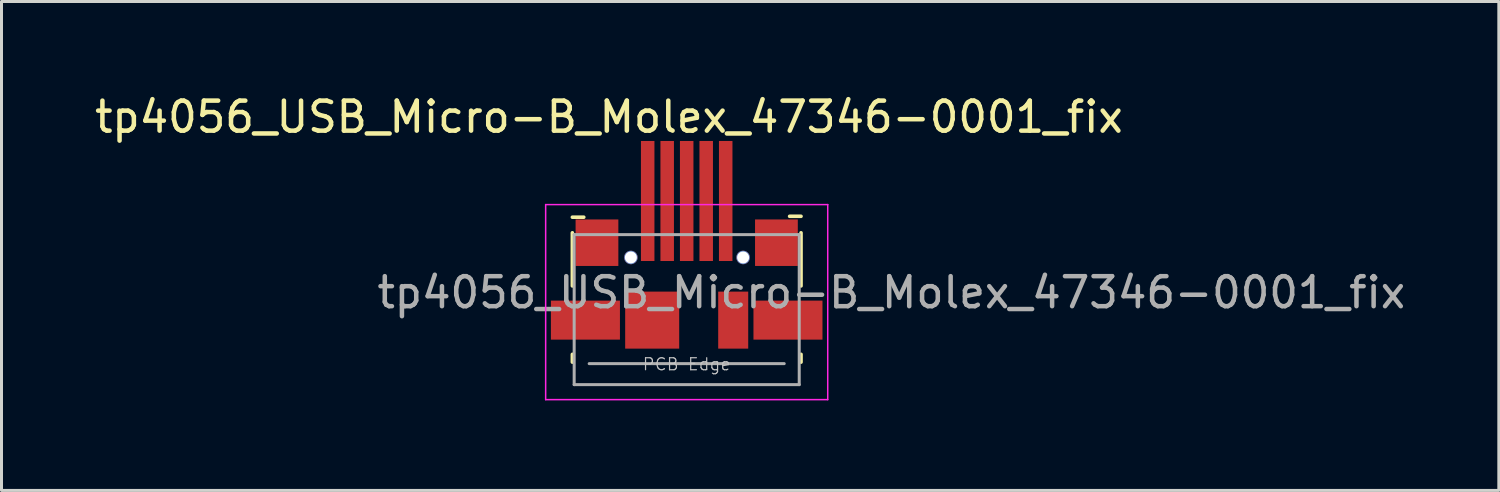
<source format=kicad_pcb>
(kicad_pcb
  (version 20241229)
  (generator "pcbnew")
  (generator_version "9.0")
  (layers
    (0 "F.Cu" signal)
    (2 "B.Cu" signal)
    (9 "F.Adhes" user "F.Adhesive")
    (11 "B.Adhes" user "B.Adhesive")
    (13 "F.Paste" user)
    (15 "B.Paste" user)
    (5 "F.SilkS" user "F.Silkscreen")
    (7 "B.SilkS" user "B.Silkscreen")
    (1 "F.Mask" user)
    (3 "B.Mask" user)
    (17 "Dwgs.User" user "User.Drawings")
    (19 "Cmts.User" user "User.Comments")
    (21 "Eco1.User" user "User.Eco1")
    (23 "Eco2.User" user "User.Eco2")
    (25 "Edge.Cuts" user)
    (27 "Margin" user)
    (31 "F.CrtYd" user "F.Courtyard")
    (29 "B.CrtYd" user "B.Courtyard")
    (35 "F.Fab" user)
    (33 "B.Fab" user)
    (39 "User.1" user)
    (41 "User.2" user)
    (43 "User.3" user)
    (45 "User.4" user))
  (footprint "tp4056_USB_Micro-B_Molex_47346-0001_fix"
    (layer "F.Cu")
    (at 19.834 6.418)
    (property "Reference" "tp4056_USB_Micro-B_Molex_47346-0001_fix" (at -2.59 -5.57 180) (layer "F.SilkS") (effects (font (size 1 1) (thickness 0.15))))
    (attr smd)
    (fp_line (start -3.81 -2.23) (end -3.43 -2.23) (stroke (width 0.12) (type solid)) (layer "F.SilkS"))
    (fp_line (start -3.81 0.06) (end -3.81 -1.71) (stroke (width 0.12) (type solid)) (layer "F.SilkS"))
    (fp_line (start -3.81 2.6) (end -3.81 2.34) (stroke (width 0.12) (type solid)) (layer "F.SilkS"))
    (fp_line (start 3.81 -2.26) (end 3.43 -2.26) (stroke (width 0.12) (type solid)) (layer "F.SilkS"))
    (fp_line (start 3.81 -1.71) (end 3.81 0.06) (stroke (width 0.12) (type solid)) (layer "F.SilkS"))
    (fp_line (start 3.81 2.34) (end 3.81 2.6) (stroke (width 0.12) (type solid)) (layer "F.SilkS"))
    (fp_line (start -4.7 -2.65) (end 4.7 -2.65) (stroke (width 0.05) (type solid)) (layer "F.CrtYd"))
    (fp_line (start -4.7 3.85) (end -4.7 -2.65) (stroke (width 0.05) (type solid)) (layer "F.CrtYd"))
    (fp_line (start 4.7 -2.65) (end 4.7 3.85) (stroke (width 0.05) (type solid)) (layer "F.CrtYd"))
    (fp_line (start 4.7 3.85) (end -4.7 3.85) (stroke (width 0.05) (type solid)) (layer "F.CrtYd"))
    (fp_line (start -3.75 -1.65) (end 3.75 -1.65) (stroke (width 0.1) (type solid)) (layer "F.Fab"))
    (fp_line (start -3.75 3.35) (end -3.75 -1.65) (stroke (width 0.1) (type solid)) (layer "F.Fab"))
    (fp_line (start -3.25 2.65) (end 3.25 2.65) (stroke (width 0.1) (type solid)) (layer "F.Fab"))
    (fp_line (start 3.75 -1.65) (end 3.75 3.35) (stroke (width 0.1) (type solid)) (layer "F.Fab"))
    (fp_line (start 3.75 3.35) (end -3.75 3.35) (stroke (width 0.1) (type solid)) (layer "F.Fab"))
    (fp_text user "PCB Edge" (at 0 2.67 180) (layer "Dwgs.User") (effects (font (size 0.4 0.4) (thickness 0.04))))
    (fp_text user "${REFERENCE}" (at 6.82 0.28 0) (layer "F.Fab") (effects (font (size 1 1) (thickness 0.15))))
    (pad "" np_thru_hole circle (at -1.86 -0.888) (size 0.45 0.45) (drill 0.4) (layers "*.Cu" "*.Mask"))
    (pad "" np_thru_hole circle (at 1.88 -0.888) (size 0.45 0.45) (drill 0.4) (layers "*.Cu" "*.Mask"))
    (pad "1" smd rect (at -1.3 -2.77) (size 0.45 4) (layers "F.Cu" "F.Mask" "F.Paste"))
    (pad "2" smd rect (at -0.65 -2.77) (size 0.45 4) (layers "F.Cu" "F.Mask" "F.Paste"))
    (pad "3" smd rect (at 0 -2.77) (size 0.45 4) (layers "F.Cu" "F.Mask" "F.Paste"))
    (pad "4" smd rect (at 0.65 -2.77) (size 0.45 4) (layers "F.Cu" "F.Mask" "F.Paste"))
    (pad "5" smd rect (at 1.3 -2.77) (size 0.45 4) (layers "F.Cu" "F.Mask" "F.Paste"))
    (pad "6" smd rect (at -3.375 1.2) (size 2.3 1.3) (layers "F.Cu" "F.Mask" "F.Paste"))
    (pad "6" smd rect (at -2.99 -1.38) (size 1.425 1.55) (layers "F.Cu" "F.Mask" "F.Paste"))
    (pad "6" smd rect (at -1.15 1.2) (size 1.8 1.9) (layers "F.Cu" "F.Mask" "F.Paste"))
    (pad "6" smd rect (at 1.55 1.2) (size 1 1.9) (layers "F.Cu" "F.Mask" "F.Paste"))
    (pad "6" smd rect (at 2.99 -1.38) (size 1.425 1.55) (layers "F.Cu" "F.Mask" "F.Paste"))
    (pad "6" smd rect (at 3.375 1.2) (size 2.3 1.3) (layers "F.Cu" "F.Mask" "F.Paste")))
  (gr_rect
    (start -3 -3)
    (end 46.898 13.293)
    (stroke (width 0.1) (type default))
    (fill no)
    (layer "Edge.Cuts")))
</source>
